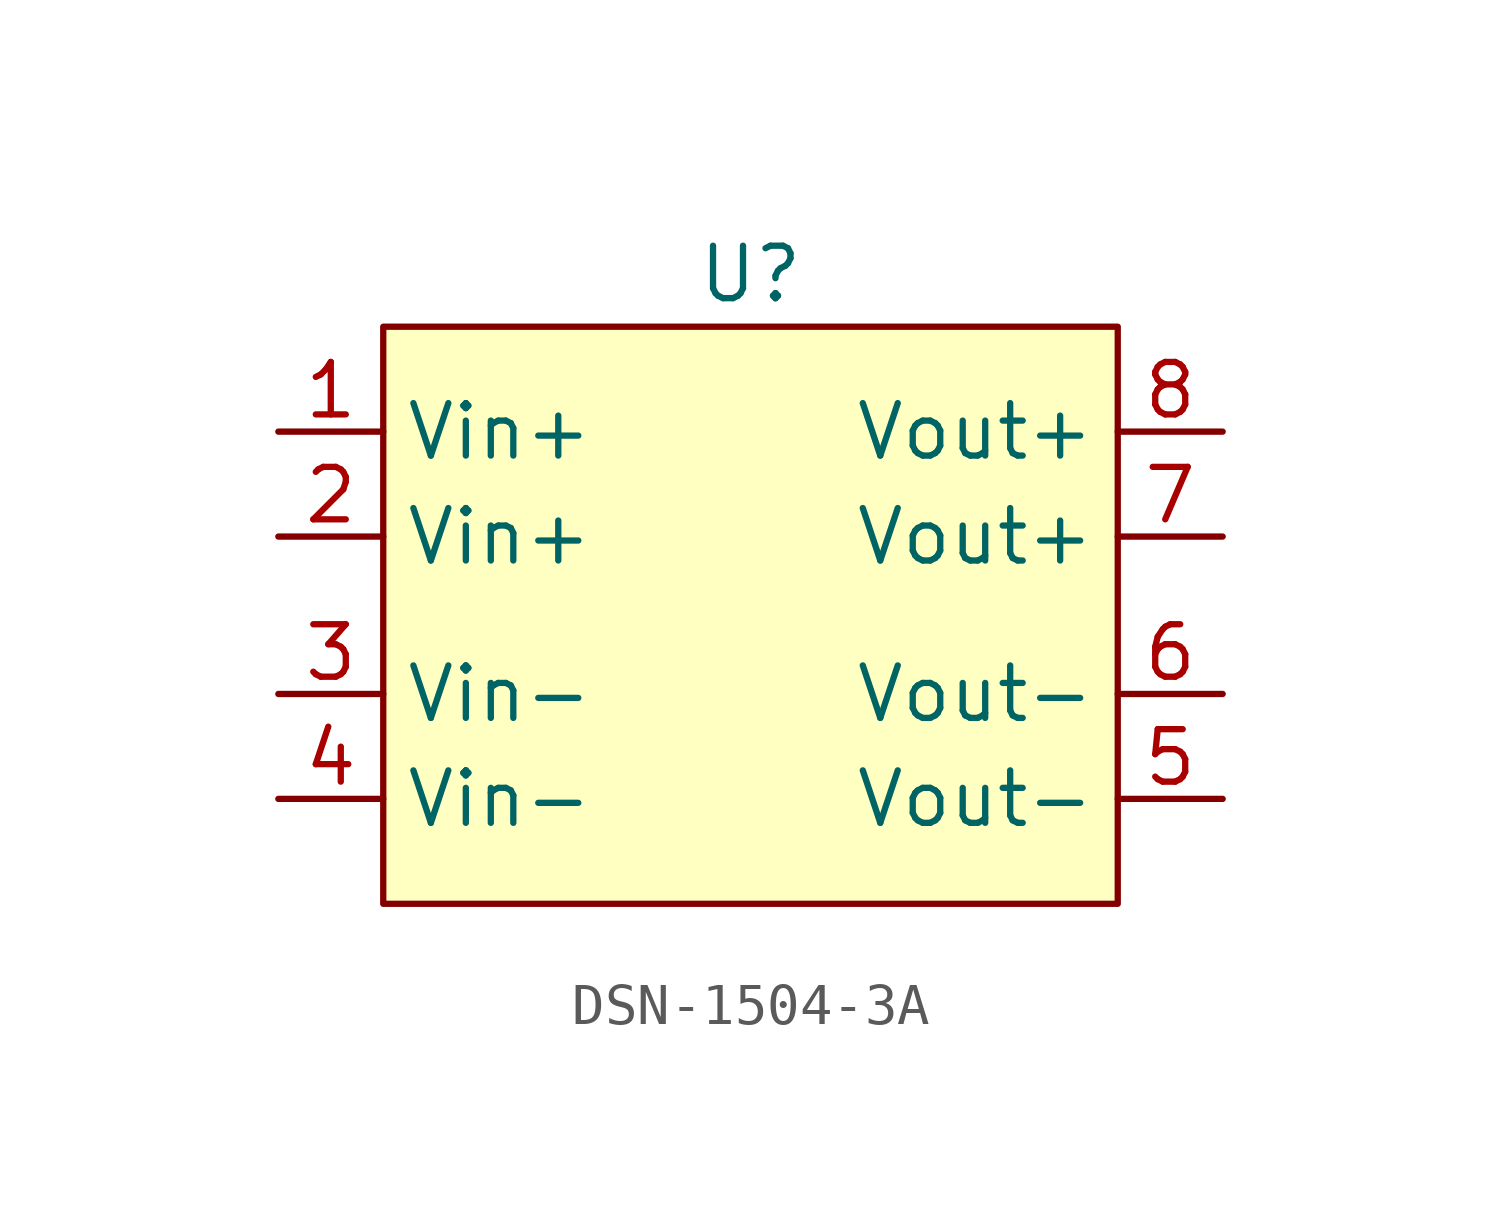
<source format=kicad_sym>
(kicad_symbol_lib
  (version 20231120)
  (generator "kicad_symbol_editor")
  (generator_version "8.0")
  (symbol "DSN-1504-3A"
    (property "Reference" "U"
      (at 0 8.89 0)
      (effects (font (size 1.27 1.27))))
    (property "Value" ""
      (at 0 0 0)
      (effects (font (size 1.27 1.27))))
    (symbol "DSN-1504-3A_1_1"
      (rectangle (start -8.89 7.62) (end 8.89 -6.35) (stroke (width 0) (type default)) (fill (type background)))
      (pin power_in line (at -11.43 5.08 0) (length 2.54) (name "Vin+" (effects (font (size 1.27 1.27)))) (number "1" (effects (font (size 1.27 1.27)))))
      (pin power_in line (at -11.43 2.54 0) (length 2.54) (name "Vin+" (effects (font (size 1.27 1.27)))) (number "2" (effects (font (size 1.27 1.27)))))
      (pin power_in line (at -11.43 -1.27 0) (length 2.54) (name "Vin-" (effects (font (size 1.27 1.27)))) (number "3" (effects (font (size 1.27 1.27)))))
      (pin power_in line (at -11.43 -3.81 0) (length 2.54) (name "Vin-" (effects (font (size 1.27 1.27)))) (number "4" (effects (font (size 1.27 1.27)))))
      (pin power_out line (at 11.43 -3.81 180) (length 2.54) (name "Vout-" (effects (font (size 1.27 1.27)))) (number "5" (effects (font (size 1.27 1.27)))))
      (pin power_out line (at 11.43 -1.27 180) (length 2.54) (name "Vout-" (effects (font (size 1.27 1.27)))) (number "6" (effects (font (size 1.27 1.27)))))
      (pin power_out line (at 11.43 2.54 180) (length 2.54) (name "Vout+" (effects (font (size 1.27 1.27)))) (number "7" (effects (font (size 1.27 1.27)))))
      (pin power_out line (at 11.43 5.08 180) (length 2.54) (name "Vout+" (effects (font (size 1.27 1.27)))) (number "8" (effects (font (size 1.27 1.27))))))))
</source>
